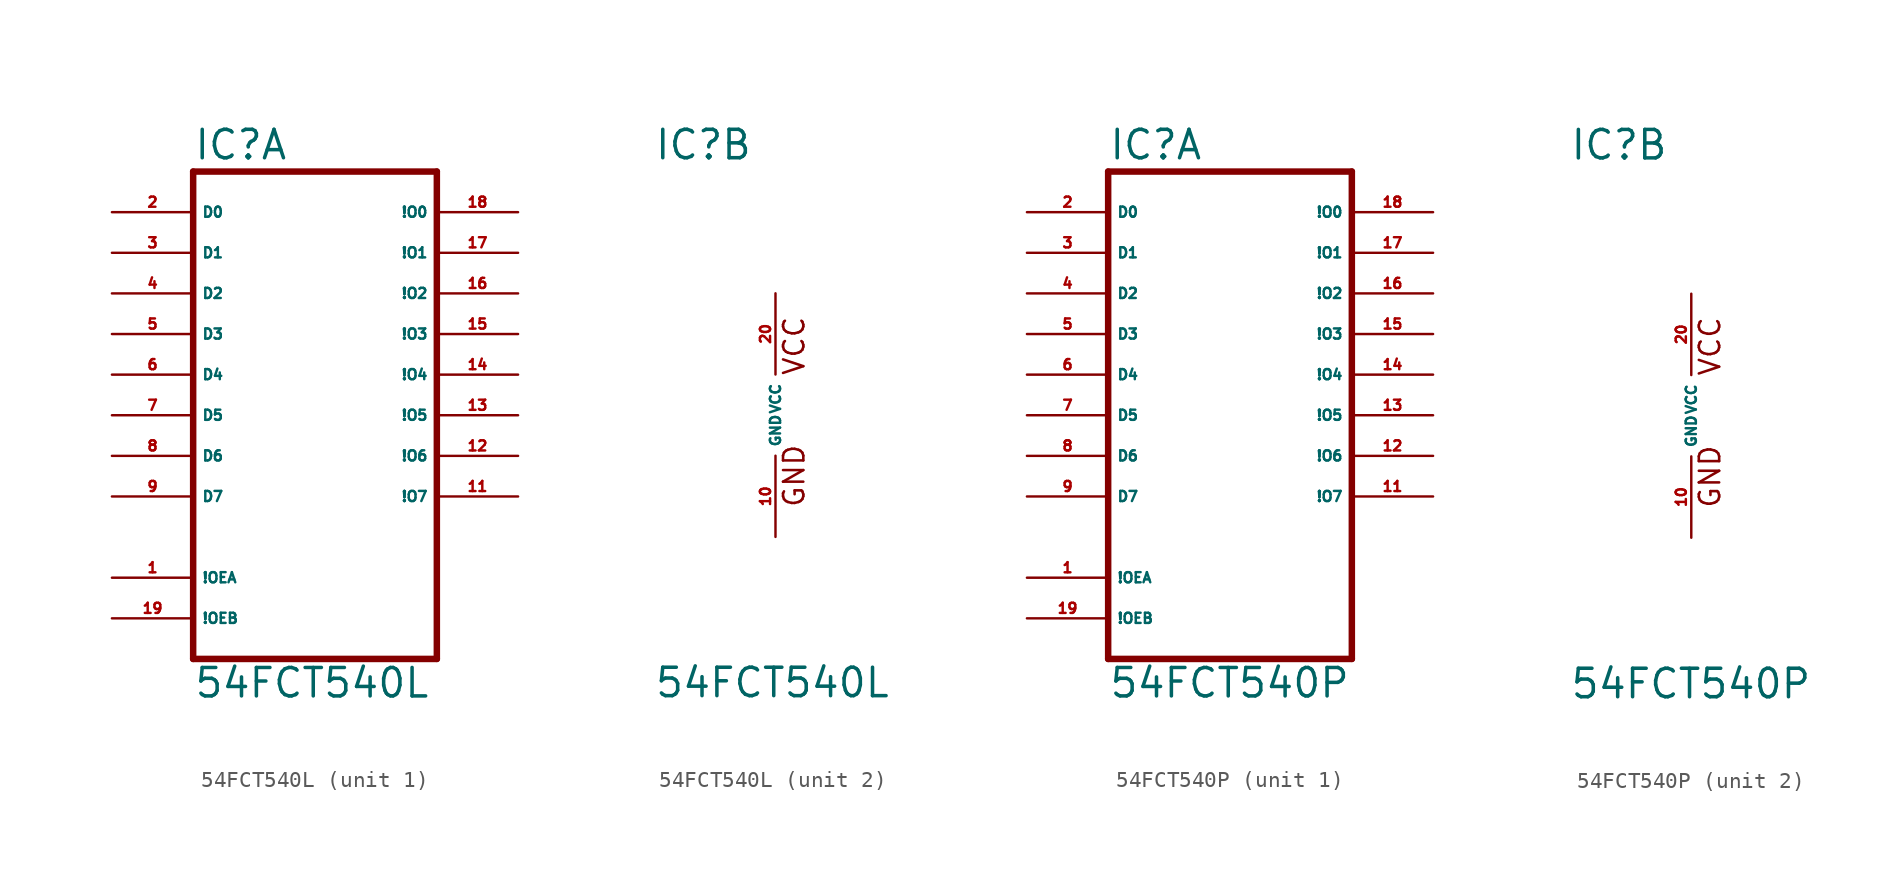
<source format=kicad_sym>
(kicad_symbol_lib
  (version 20220914)
  (generator Eagle2Kicad)
  (symbol "54FCT540L"
    (property "Reference" "IC"
      (at -7.62 15.875 0)
      (effects (font (size 1.778 1.778) (thickness 0.22)) (justify left bottom)))
    (property "Value" "54FCT540L"
      (at -7.62 -17.78 0)
      (effects (font (size 1.778 1.778) (thickness 0.22)) (justify left bottom)))
    (symbol "54FCT540L_1_0"
      (polyline (pts (xy -7.62 -15.24) (xy 7.62 -15.24)) (stroke (width 0.406) (type default)) (fill (type none)))
      (polyline (pts (xy 7.62 -15.24) (xy 7.62 15.24)) (stroke (width 0.406) (type default)) (fill (type none)))
      (polyline (pts (xy 7.62 15.24) (xy -7.62 15.24)) (stroke (width 0.406) (type default)) (fill (type none)))
      (polyline (pts (xy -7.62 15.24) (xy -7.62 -15.24)) (stroke (width 0.406) (type default)) (fill (type none)))
      (pin input line (at -12.7 12.7 0) (length 5.08) (name "D0" (effects (font (size 0.635 0.635) (thickness 0.08)) (justify left bottom))) (number "2" (effects (font (size 0.635 0.635) (thickness 0.08)) (justify left bottom))))
      (pin input line (at -12.7 10.16 0) (length 5.08) (name "D1" (effects (font (size 0.635 0.635) (thickness 0.08)) (justify left bottom))) (number "3" (effects (font (size 0.635 0.635) (thickness 0.08)) (justify left bottom))))
      (pin input line (at -12.7 7.62 0) (length 5.08) (name "D2" (effects (font (size 0.635 0.635) (thickness 0.08)) (justify left bottom))) (number "4" (effects (font (size 0.635 0.635) (thickness 0.08)) (justify left bottom))))
      (pin input line (at -12.7 5.08 0) (length 5.08) (name "D3" (effects (font (size 0.635 0.635) (thickness 0.08)) (justify left bottom))) (number "5" (effects (font (size 0.635 0.635) (thickness 0.08)) (justify left bottom))))
      (pin input line (at -12.7 2.54 0) (length 5.08) (name "D4" (effects (font (size 0.635 0.635) (thickness 0.08)) (justify left bottom))) (number "6" (effects (font (size 0.635 0.635) (thickness 0.08)) (justify left bottom))))
      (pin input line (at -12.7 0 0) (length 5.08) (name "D5" (effects (font (size 0.635 0.635) (thickness 0.08)) (justify left bottom))) (number "7" (effects (font (size 0.635 0.635) (thickness 0.08)) (justify left bottom))))
      (pin input line (at -12.7 -2.54 0) (length 5.08) (name "D6" (effects (font (size 0.635 0.635) (thickness 0.08)) (justify left bottom))) (number "8" (effects (font (size 0.635 0.635) (thickness 0.08)) (justify left bottom))))
      (pin input line (at -12.7 -5.08 0) (length 5.08) (name "D7" (effects (font (size 0.635 0.635) (thickness 0.08)) (justify left bottom))) (number "9" (effects (font (size 0.635 0.635) (thickness 0.08)) (justify left bottom))))
      (pin input line (at -12.7 -10.16 0) (length 5.08) (name "!OEA" (effects (font (size 0.635 0.635) (thickness 0.08)) (justify left bottom))) (number "1" (effects (font (size 0.635 0.635) (thickness 0.08)) (justify left bottom))))
      (pin input line (at -12.7 -12.7 0) (length 5.08) (name "!OEB" (effects (font (size 0.635 0.635) (thickness 0.08)) (justify left bottom))) (number "19" (effects (font (size 0.635 0.635) (thickness 0.08)) (justify left bottom))))
      (pin output line (at 12.7 12.7 180) (length 5.08) (name "!O0" (effects (font (size 0.635 0.635) (thickness 0.08)) (justify left bottom))) (number "18" (effects (font (size 0.635 0.635) (thickness 0.08)) (justify left bottom))))
      (pin output line (at 12.7 10.16 180) (length 5.08) (name "!O1" (effects (font (size 0.635 0.635) (thickness 0.08)) (justify left bottom))) (number "17" (effects (font (size 0.635 0.635) (thickness 0.08)) (justify left bottom))))
      (pin output line (at 12.7 7.62 180) (length 5.08) (name "!O2" (effects (font (size 0.635 0.635) (thickness 0.08)) (justify left bottom))) (number "16" (effects (font (size 0.635 0.635) (thickness 0.08)) (justify left bottom))))
      (pin output line (at 12.7 5.08 180) (length 5.08) (name "!O3" (effects (font (size 0.635 0.635) (thickness 0.08)) (justify left bottom))) (number "15" (effects (font (size 0.635 0.635) (thickness 0.08)) (justify left bottom))))
      (pin output line (at 12.7 2.54 180) (length 5.08) (name "!O4" (effects (font (size 0.635 0.635) (thickness 0.08)) (justify left bottom))) (number "14" (effects (font (size 0.635 0.635) (thickness 0.08)) (justify left bottom))))
      (pin output line (at 12.7 0 180) (length 5.08) (name "!O5" (effects (font (size 0.635 0.635) (thickness 0.08)) (justify left bottom))) (number "13" (effects (font (size 0.635 0.635) (thickness 0.08)) (justify left bottom))))
      (pin output line (at 12.7 -2.54 180) (length 5.08) (name "!O6" (effects (font (size 0.635 0.635) (thickness 0.08)) (justify left bottom))) (number "12" (effects (font (size 0.635 0.635) (thickness 0.08)) (justify left bottom))))
      (pin output line (at 12.7 -5.08 180) (length 5.08) (name "!O7" (effects (font (size 0.635 0.635) (thickness 0.08)) (justify left bottom))) (number "11" (effects (font (size 0.635 0.635) (thickness 0.08)) (justify left bottom)))))
    (symbol "54FCT540L_2_0"
      (text "GND" (at 1.905 -5.842 900) (effects (font (size 1.27 1.27) (thickness 0.16)) (justify left bottom)))
      (text "VCC" (at 1.905 2.413 900) (effects (font (size 1.27 1.27) (thickness 0.16)) (justify left bottom)))
      (pin unspecified line (at 0 7.62 270) (length 5.08) (name "VCC" (effects (font (size 0.635 0.635) (thickness 0.08)) (justify left bottom))) (number "20" (effects (font (size 0.635 0.635) (thickness 0.08)) (justify left bottom))))
      (pin unspecified line (at 0 -7.62 90) (length 5.08) (name "GND" (effects (font (size 0.635 0.635) (thickness 0.08)) (justify left bottom))) (number "10" (effects (font (size 0.635 0.635) (thickness 0.08)) (justify left bottom))))))
  (symbol "54FCT540P"
    (property "Reference" "IC"
      (at -7.62 15.875 0)
      (effects (font (size 1.778 1.778) (thickness 0.22)) (justify left bottom)))
    (property "Value" "54FCT540P"
      (at -7.62 -17.78 0)
      (effects (font (size 1.778 1.778) (thickness 0.22)) (justify left bottom)))
    (symbol "54FCT540P_1_0"
      (polyline (pts (xy -7.62 -15.24) (xy 7.62 -15.24)) (stroke (width 0.406) (type default)) (fill (type none)))
      (polyline (pts (xy 7.62 -15.24) (xy 7.62 15.24)) (stroke (width 0.406) (type default)) (fill (type none)))
      (polyline (pts (xy 7.62 15.24) (xy -7.62 15.24)) (stroke (width 0.406) (type default)) (fill (type none)))
      (polyline (pts (xy -7.62 15.24) (xy -7.62 -15.24)) (stroke (width 0.406) (type default)) (fill (type none)))
      (pin input line (at -12.7 12.7 0) (length 5.08) (name "D0" (effects (font (size 0.635 0.635) (thickness 0.08)) (justify left bottom))) (number "2" (effects (font (size 0.635 0.635) (thickness 0.08)) (justify left bottom))))
      (pin input line (at -12.7 10.16 0) (length 5.08) (name "D1" (effects (font (size 0.635 0.635) (thickness 0.08)) (justify left bottom))) (number "3" (effects (font (size 0.635 0.635) (thickness 0.08)) (justify left bottom))))
      (pin input line (at -12.7 7.62 0) (length 5.08) (name "D2" (effects (font (size 0.635 0.635) (thickness 0.08)) (justify left bottom))) (number "4" (effects (font (size 0.635 0.635) (thickness 0.08)) (justify left bottom))))
      (pin input line (at -12.7 5.08 0) (length 5.08) (name "D3" (effects (font (size 0.635 0.635) (thickness 0.08)) (justify left bottom))) (number "5" (effects (font (size 0.635 0.635) (thickness 0.08)) (justify left bottom))))
      (pin input line (at -12.7 2.54 0) (length 5.08) (name "D4" (effects (font (size 0.635 0.635) (thickness 0.08)) (justify left bottom))) (number "6" (effects (font (size 0.635 0.635) (thickness 0.08)) (justify left bottom))))
      (pin input line (at -12.7 0 0) (length 5.08) (name "D5" (effects (font (size 0.635 0.635) (thickness 0.08)) (justify left bottom))) (number "7" (effects (font (size 0.635 0.635) (thickness 0.08)) (justify left bottom))))
      (pin input line (at -12.7 -2.54 0) (length 5.08) (name "D6" (effects (font (size 0.635 0.635) (thickness 0.08)) (justify left bottom))) (number "8" (effects (font (size 0.635 0.635) (thickness 0.08)) (justify left bottom))))
      (pin input line (at -12.7 -5.08 0) (length 5.08) (name "D7" (effects (font (size 0.635 0.635) (thickness 0.08)) (justify left bottom))) (number "9" (effects (font (size 0.635 0.635) (thickness 0.08)) (justify left bottom))))
      (pin input line (at -12.7 -10.16 0) (length 5.08) (name "!OEA" (effects (font (size 0.635 0.635) (thickness 0.08)) (justify left bottom))) (number "1" (effects (font (size 0.635 0.635) (thickness 0.08)) (justify left bottom))))
      (pin input line (at -12.7 -12.7 0) (length 5.08) (name "!OEB" (effects (font (size 0.635 0.635) (thickness 0.08)) (justify left bottom))) (number "19" (effects (font (size 0.635 0.635) (thickness 0.08)) (justify left bottom))))
      (pin output line (at 12.7 12.7 180) (length 5.08) (name "!O0" (effects (font (size 0.635 0.635) (thickness 0.08)) (justify left bottom))) (number "18" (effects (font (size 0.635 0.635) (thickness 0.08)) (justify left bottom))))
      (pin output line (at 12.7 10.16 180) (length 5.08) (name "!O1" (effects (font (size 0.635 0.635) (thickness 0.08)) (justify left bottom))) (number "17" (effects (font (size 0.635 0.635) (thickness 0.08)) (justify left bottom))))
      (pin output line (at 12.7 7.62 180) (length 5.08) (name "!O2" (effects (font (size 0.635 0.635) (thickness 0.08)) (justify left bottom))) (number "16" (effects (font (size 0.635 0.635) (thickness 0.08)) (justify left bottom))))
      (pin output line (at 12.7 5.08 180) (length 5.08) (name "!O3" (effects (font (size 0.635 0.635) (thickness 0.08)) (justify left bottom))) (number "15" (effects (font (size 0.635 0.635) (thickness 0.08)) (justify left bottom))))
      (pin output line (at 12.7 2.54 180) (length 5.08) (name "!O4" (effects (font (size 0.635 0.635) (thickness 0.08)) (justify left bottom))) (number "14" (effects (font (size 0.635 0.635) (thickness 0.08)) (justify left bottom))))
      (pin output line (at 12.7 0 180) (length 5.08) (name "!O5" (effects (font (size 0.635 0.635) (thickness 0.08)) (justify left bottom))) (number "13" (effects (font (size 0.635 0.635) (thickness 0.08)) (justify left bottom))))
      (pin output line (at 12.7 -2.54 180) (length 5.08) (name "!O6" (effects (font (size 0.635 0.635) (thickness 0.08)) (justify left bottom))) (number "12" (effects (font (size 0.635 0.635) (thickness 0.08)) (justify left bottom))))
      (pin output line (at 12.7 -5.08 180) (length 5.08) (name "!O7" (effects (font (size 0.635 0.635) (thickness 0.08)) (justify left bottom))) (number "11" (effects (font (size 0.635 0.635) (thickness 0.08)) (justify left bottom)))))
    (symbol "54FCT540P_2_0"
      (text "GND" (at 1.905 -5.842 900) (effects (font (size 1.27 1.27) (thickness 0.16)) (justify left bottom)))
      (text "VCC" (at 1.905 2.413 900) (effects (font (size 1.27 1.27) (thickness 0.16)) (justify left bottom)))
      (pin unspecified line (at 0 7.62 270) (length 5.08) (name "VCC" (effects (font (size 0.635 0.635) (thickness 0.08)) (justify left bottom))) (number "20" (effects (font (size 0.635 0.635) (thickness 0.08)) (justify left bottom))))
      (pin unspecified line (at 0 -7.62 90) (length 5.08) (name "GND" (effects (font (size 0.635 0.635) (thickness 0.08)) (justify left bottom))) (number "10" (effects (font (size 0.635 0.635) (thickness 0.08)) (justify left bottom)))))))
</source>
